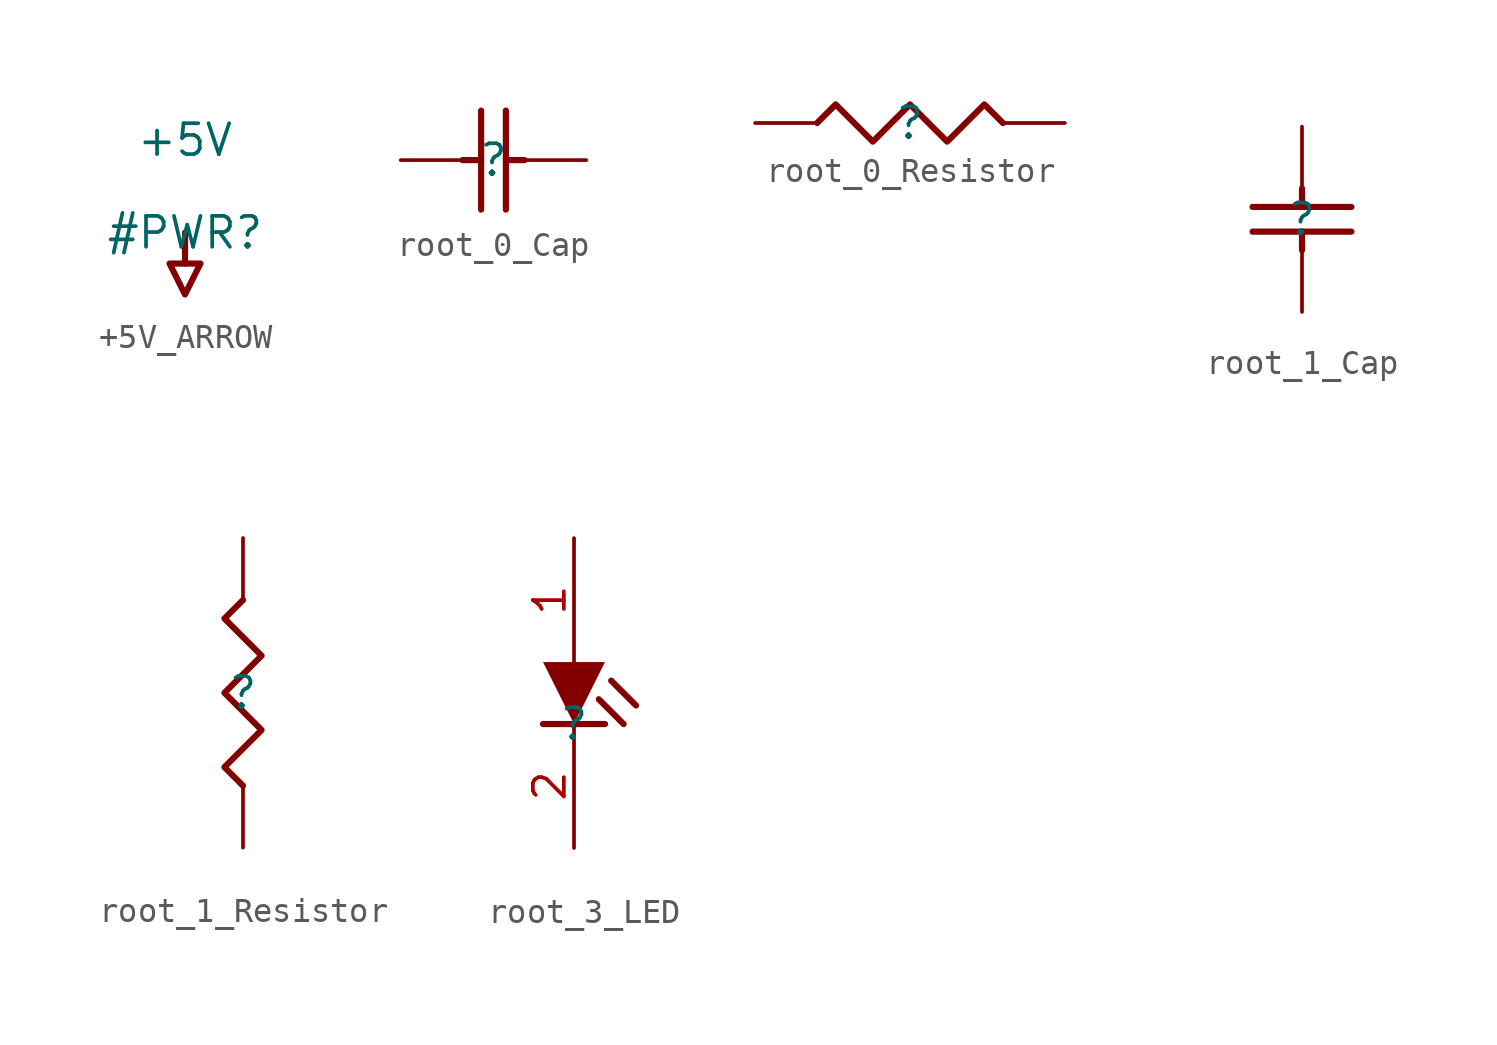
<source format=kicad_sym>
(kicad_symbol_lib
  (version 20231120)
  (generator "kicad_symbol_editor")
  (generator_version "8.0")
  (symbol "+5V_ARROW"
    (power)
    (property "Reference" "#PWR"
      (at 0 0 0)
      (effects (font (size 1.27 1.27))))
    (property "Value" "+5V"
      (at 0 3.81 0)
      (effects (font (size 1.27 1.27))))
    (symbol "+5V_ARROW_0_0"
      (polyline (pts (xy 0 0) (xy 0 -1.27)) (stroke (width 0.254) (type solid)) (fill (type none)))
      (polyline (pts (xy -0.635 -1.27) (xy 0.635 -1.27) (xy 0 -2.54) (xy -0.635 -1.27)) (stroke (width 0.254) (type solid)) (fill (type none)))
      (pin power_in line (at 0 0 0) (length 0) hide (name "+5V" (effects (font (size 1.27 1.27)))) (number "" (effects (font (size 1.27 1.27)))))))
  (symbol "root_0_Cap"
    (property "Reference" ""
      (at 0 0 0)
      (effects (font (size 1.27 1.27))))
    (property "Value" ""
      (at 0 0 0)
      (effects (font (size 1.27 1.27))))
    (symbol "root_0_Cap_1_0"
      (polyline (pts (xy -1.27 0) (xy -0.508 0)) (stroke (width 0.254) (type solid)) (fill (type none)))
      (polyline (pts (xy -0.508 -2.032) (xy -0.508 2.032)) (stroke (width 0.254) (type solid)) (fill (type none)))
      (polyline (pts (xy 0.508 2.032) (xy 0.508 -2.032)) (stroke (width 0.254) (type solid)) (fill (type none)))
      (polyline (pts (xy 1.27 0) (xy 0.508 0)) (stroke (width 0.254) (type solid)) (fill (type none)))
      (pin passive line (at -3.81 0 0) (length 2.54) (name "1" (effects (font (size 0 0)))) (number "1" (effects (font (size 0 0)))))
      (pin passive line (at 3.81 0 180) (length 2.54) (name "2" (effects (font (size 0 0)))) (number "2" (effects (font (size 0 0)))))))
  (symbol "root_0_Resistor"
    (property "Reference" ""
      (at 0 0 0)
      (effects (font (size 1.27 1.27))))
    (property "Value" ""
      (at 0 0 0)
      (effects (font (size 1.27 1.27))))
    (symbol "root_0_Resistor_1_0"
      (polyline (pts (xy 3.81 0) (xy 3.048 0.762) (xy 1.524 -0.762) (xy 0 0.762) (xy -1.524 -0.762) (xy -3.048 0.762) (xy -3.81 0)) (stroke (width 0.254) (type solid)) (fill (type none)))
      (pin passive line (at -6.35 0 0) (length 2.54) (name "1" (effects (font (size 0 0)))) (number "1" (effects (font (size 0 0)))))
      (pin passive line (at 6.35 0 180) (length 2.54) (name "2" (effects (font (size 0 0)))) (number "2" (effects (font (size 0 0)))))))
  (symbol "root_1_Cap"
    (property "Reference" ""
      (at 0 0 0)
      (effects (font (size 1.27 1.27))))
    (property "Value" ""
      (at 0 0 0)
      (effects (font (size 1.27 1.27))))
    (symbol "root_1_Cap_1_0"
      (polyline (pts (xy -2.032 0.508) (xy 2.032 0.508)) (stroke (width 0.254) (type solid)) (fill (type none)))
      (polyline (pts (xy 0 -1.27) (xy 0 -0.508)) (stroke (width 0.254) (type solid)) (fill (type none)))
      (polyline (pts (xy 0 1.27) (xy 0 0.508)) (stroke (width 0.254) (type solid)) (fill (type none)))
      (polyline (pts (xy 2.032 -0.508) (xy -2.032 -0.508)) (stroke (width 0.254) (type solid)) (fill (type none)))
      (pin passive line (at 0 -3.81 90) (length 2.54) (name "1" (effects (font (size 0 0)))) (number "1" (effects (font (size 0 0)))))
      (pin passive line (at 0 3.81 270) (length 2.54) (name "2" (effects (font (size 0 0)))) (number "2" (effects (font (size 0 0)))))))
  (symbol "root_1_Resistor"
    (property "Reference" ""
      (at 0 0 0)
      (effects (font (size 1.27 1.27))))
    (property "Value" ""
      (at 0 0 0)
      (effects (font (size 1.27 1.27))))
    (symbol "root_1_Resistor_1_0"
      (polyline (pts (xy 0 3.81) (xy -0.762 3.048) (xy 0.762 1.524) (xy -0.762 0) (xy 0.762 -1.524) (xy -0.762 -3.048) (xy 0 -3.81)) (stroke (width 0.254) (type solid)) (fill (type none)))
      (pin passive line (at 0 -6.35 90) (length 2.54) (name "1" (effects (font (size 0 0)))) (number "1" (effects (font (size 0 0)))))
      (pin passive line (at 0 6.35 270) (length 2.54) (name "2" (effects (font (size 0 0)))) (number "2" (effects (font (size 0 0)))))))
  (symbol "root_3_LED"
    (property "Reference" ""
      (at 0 0 0)
      (effects (font (size 1.27 1.27))))
    (property "Value" ""
      (at 0 0 0)
      (effects (font (size 1.27 1.27))))
    (symbol "root_3_LED_1_0"
      (polyline (pts (xy 1.016 1.016) (xy 2.032 0)) (stroke (width 0.254) (type solid)) (fill (type none)))
      (polyline (pts (xy 1.524 1.778) (xy 2.54 0.762)) (stroke (width 0.254) (type solid)) (fill (type none)))
      (polyline (pts (xy 1.27 0) (xy -1.27 0) (xy 1.27 0)) (stroke (width 0.254) (type solid)) (fill (type background)))
      (polyline (pts (xy 1.27 2.54) (xy 0 0) (xy -1.27 2.54) (xy 1.27 2.54)) (stroke (width -0.0001) (type solid)) (fill (type outline)))
      (pin passive line (at 0 7.62 270) (length 5.08) (name "" (effects (font (size 1.27 1.27)))) (number "1" (effects (font (size 1.27 1.27)))))
      (pin passive line (at 0 -5.08 90) (length 5.08) (name "" (effects (font (size 1.27 1.27)))) (number "2" (effects (font (size 1.27 1.27))))))))
</source>
